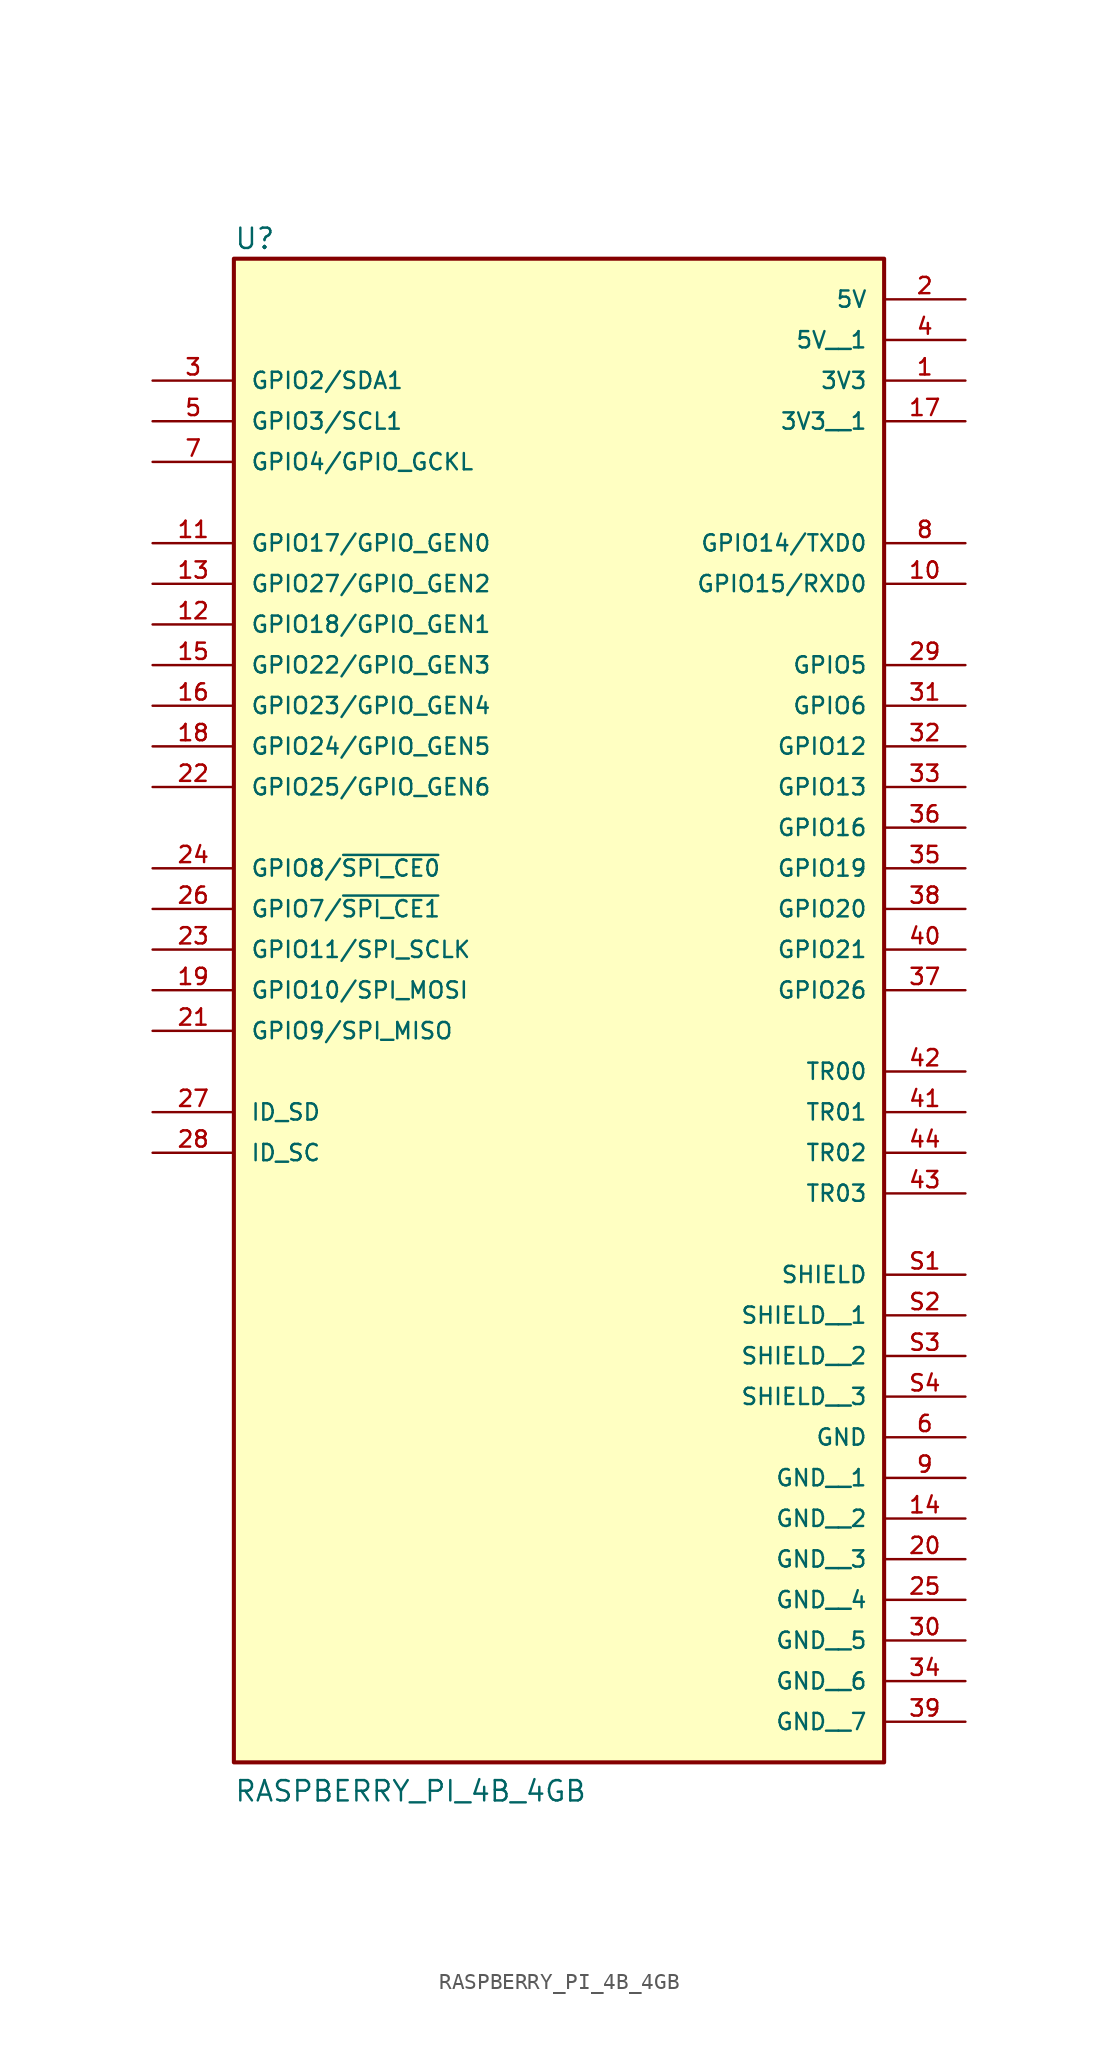
<source format=kicad_sym>
(kicad_symbol_lib
  (version 20211014)
  (generator kicad_symbol_editor)
  (symbol "RASPBERRY_PI_4B_4GB"
    (pin_names
      (offset 1.016))
    (property "Reference" "U"
      (at -20.32 33.528 0)
      (effects (font (size 1.27 1.27)) (justify bottom left)))
    (property "Value" "RASPBERRY_PI_4B_4GB"
      (at -20.32 -63.5 0)
      (effects (font (size 1.27 1.27)) (justify bottom left)))
    (symbol "RASPBERRY_PI_4B_4GB_0_0"
      (rectangle (start -20.32 -60.96) (end 20.32 33.02) (stroke (width 0.254)) (fill (type background)))
      (pin power_in line (at 25.4 30.48 180.0) (length 5.08) (name "5V" (effects (font (size 1.016 1.016)))) (number "2" (effects (font (size 1.016 1.016)))))
      (pin power_in line (at 25.4 25.4 180.0) (length 5.08) (name "3V3" (effects (font (size 1.016 1.016)))) (number "1" (effects (font (size 1.016 1.016)))))
      (pin bidirectional line (at -25.4 25.4 0) (length 5.08) (name "GPIO2/SDA1" (effects (font (size 1.016 1.016)))) (number "3" (effects (font (size 1.016 1.016)))))
      (pin bidirectional line (at -25.4 22.86 0) (length 5.08) (name "GPIO3/SCL1" (effects (font (size 1.016 1.016)))) (number "5" (effects (font (size 1.016 1.016)))))
      (pin bidirectional line (at -25.4 20.32 0) (length 5.08) (name "GPIO4/GPIO_GCKL" (effects (font (size 1.016 1.016)))) (number "7" (effects (font (size 1.016 1.016)))))
      (pin bidirectional line (at 25.4 15.24 180.0) (length 5.08) (name "GPIO14/TXD0" (effects (font (size 1.016 1.016)))) (number "8" (effects (font (size 1.016 1.016)))))
      (pin power_in line (at 25.4 -40.64 180.0) (length 5.08) (name "GND" (effects (font (size 1.016 1.016)))) (number "6" (effects (font (size 1.016 1.016)))))
      (pin bidirectional line (at 25.4 12.7 180.0) (length 5.08) (name "GPIO15/RXD0" (effects (font (size 1.016 1.016)))) (number "10" (effects (font (size 1.016 1.016)))))
      (pin bidirectional line (at -25.4 15.24 0) (length 5.08) (name "GPIO17/GPIO_GEN0" (effects (font (size 1.016 1.016)))) (number "11" (effects (font (size 1.016 1.016)))))
      (pin bidirectional line (at -25.4 10.16 0) (length 5.08) (name "GPIO18/GPIO_GEN1" (effects (font (size 1.016 1.016)))) (number "12" (effects (font (size 1.016 1.016)))))
      (pin bidirectional line (at -25.4 12.7 0) (length 5.08) (name "GPIO27/GPIO_GEN2" (effects (font (size 1.016 1.016)))) (number "13" (effects (font (size 1.016 1.016)))))
      (pin bidirectional line (at -25.4 7.62 0) (length 5.08) (name "GPIO22/GPIO_GEN3" (effects (font (size 1.016 1.016)))) (number "15" (effects (font (size 1.016 1.016)))))
      (pin bidirectional line (at -25.4 5.08 0) (length 5.08) (name "GPIO23/GPIO_GEN4" (effects (font (size 1.016 1.016)))) (number "16" (effects (font (size 1.016 1.016)))))
      (pin bidirectional line (at -25.4 2.54 0) (length 5.08) (name "GPIO24/GPIO_GEN5" (effects (font (size 1.016 1.016)))) (number "18" (effects (font (size 1.016 1.016)))))
      (pin bidirectional line (at -25.4 -12.7 0) (length 5.08) (name "GPIO10/SPI_MOSI" (effects (font (size 1.016 1.016)))) (number "19" (effects (font (size 1.016 1.016)))))
      (pin bidirectional line (at -25.4 -15.24 0) (length 5.08) (name "GPIO9/SPI_MISO" (effects (font (size 1.016 1.016)))) (number "21" (effects (font (size 1.016 1.016)))))
      (pin bidirectional line (at -25.4 0.0 0) (length 5.08) (name "GPIO25/GPIO_GEN6" (effects (font (size 1.016 1.016)))) (number "22" (effects (font (size 1.016 1.016)))))
      (pin bidirectional line (at -25.4 -10.16 0) (length 5.08) (name "GPIO11/SPI_SCLK" (effects (font (size 1.016 1.016)))) (number "23" (effects (font (size 1.016 1.016)))))
      (pin bidirectional line (at -25.4 -5.08 0) (length 5.08) (name "GPIO8/~{SPI_CE0}" (effects (font (size 1.016 1.016)))) (number "24" (effects (font (size 1.016 1.016)))))
      (pin bidirectional line (at -25.4 -7.62 0) (length 5.08) (name "GPIO7/~{SPI_CE1}" (effects (font (size 1.016 1.016)))) (number "26" (effects (font (size 1.016 1.016)))))
      (pin bidirectional line (at -25.4 -20.32 0) (length 5.08) (name "ID_SD" (effects (font (size 1.016 1.016)))) (number "27" (effects (font (size 1.016 1.016)))))
      (pin bidirectional line (at -25.4 -22.86 0) (length 5.08) (name "ID_SC" (effects (font (size 1.016 1.016)))) (number "28" (effects (font (size 1.016 1.016)))))
      (pin bidirectional line (at 25.4 7.62 180.0) (length 5.08) (name "GPIO5" (effects (font (size 1.016 1.016)))) (number "29" (effects (font (size 1.016 1.016)))))
      (pin bidirectional line (at 25.4 5.08 180.0) (length 5.08) (name "GPIO6" (effects (font (size 1.016 1.016)))) (number "31" (effects (font (size 1.016 1.016)))))
      (pin bidirectional line (at 25.4 2.54 180.0) (length 5.08) (name "GPIO12" (effects (font (size 1.016 1.016)))) (number "32" (effects (font (size 1.016 1.016)))))
      (pin bidirectional line (at 25.4 0.0 180.0) (length 5.08) (name "GPIO13" (effects (font (size 1.016 1.016)))) (number "33" (effects (font (size 1.016 1.016)))))
      (pin bidirectional line (at 25.4 -5.08 180.0) (length 5.08) (name "GPIO19" (effects (font (size 1.016 1.016)))) (number "35" (effects (font (size 1.016 1.016)))))
      (pin bidirectional line (at 25.4 -2.54 180.0) (length 5.08) (name "GPIO16" (effects (font (size 1.016 1.016)))) (number "36" (effects (font (size 1.016 1.016)))))
      (pin bidirectional line (at 25.4 -12.7 180.0) (length 5.08) (name "GPIO26" (effects (font (size 1.016 1.016)))) (number "37" (effects (font (size 1.016 1.016)))))
      (pin bidirectional line (at 25.4 -7.62 180.0) (length 5.08) (name "GPIO20" (effects (font (size 1.016 1.016)))) (number "38" (effects (font (size 1.016 1.016)))))
      (pin bidirectional line (at 25.4 -10.16 180.0) (length 5.08) (name "GPIO21" (effects (font (size 1.016 1.016)))) (number "40" (effects (font (size 1.016 1.016)))))
      (pin power_in line (at 25.4 -30.48 180.0) (length 5.08) (name "SHIELD" (effects (font (size 1.016 1.016)))) (number "S1" (effects (font (size 1.016 1.016)))))
      (pin bidirectional line (at 25.4 -22.86 180.0) (length 5.08) (name "TR02" (effects (font (size 1.016 1.016)))) (number "44" (effects (font (size 1.016 1.016)))))
      (pin bidirectional line (at 25.4 -20.32 180.0) (length 5.08) (name "TR01" (effects (font (size 1.016 1.016)))) (number "41" (effects (font (size 1.016 1.016)))))
      (pin bidirectional line (at 25.4 -17.78 180.0) (length 5.08) (name "TR00" (effects (font (size 1.016 1.016)))) (number "42" (effects (font (size 1.016 1.016)))))
      (pin bidirectional line (at 25.4 -25.4 180.0) (length 5.08) (name "TR03" (effects (font (size 1.016 1.016)))) (number "43" (effects (font (size 1.016 1.016)))))
      (pin power_in line (at 25.4 27.94 180.0) (length 5.08) (name "5V__1" (effects (font (size 1.016 1.016)))) (number "4" (effects (font (size 1.016 1.016)))))
      (pin power_in line (at 25.4 22.86 180.0) (length 5.08) (name "3V3__1" (effects (font (size 1.016 1.016)))) (number "17" (effects (font (size 1.016 1.016)))))
      (pin power_in line (at 25.4 -33.02 180.0) (length 5.08) (name "SHIELD__1" (effects (font (size 1.016 1.016)))) (number "S2" (effects (font (size 1.016 1.016)))))
      (pin power_in line (at 25.4 -35.56 180.0) (length 5.08) (name "SHIELD__2" (effects (font (size 1.016 1.016)))) (number "S3" (effects (font (size 1.016 1.016)))))
      (pin power_in line (at 25.4 -38.1 180.0) (length 5.08) (name "SHIELD__3" (effects (font (size 1.016 1.016)))) (number "S4" (effects (font (size 1.016 1.016)))))
      (pin power_in line (at 25.4 -43.18 180.0) (length 5.08) (name "GND__1" (effects (font (size 1.016 1.016)))) (number "9" (effects (font (size 1.016 1.016)))))
      (pin power_in line (at 25.4 -45.72 180.0) (length 5.08) (name "GND__2" (effects (font (size 1.016 1.016)))) (number "14" (effects (font (size 1.016 1.016)))))
      (pin power_in line (at 25.4 -48.26 180.0) (length 5.08) (name "GND__3" (effects (font (size 1.016 1.016)))) (number "20" (effects (font (size 1.016 1.016)))))
      (pin power_in line (at 25.4 -50.8 180.0) (length 5.08) (name "GND__4" (effects (font (size 1.016 1.016)))) (number "25" (effects (font (size 1.016 1.016)))))
      (pin power_in line (at 25.4 -53.34 180.0) (length 5.08) (name "GND__5" (effects (font (size 1.016 1.016)))) (number "30" (effects (font (size 1.016 1.016)))))
      (pin power_in line (at 25.4 -55.88 180.0) (length 5.08) (name "GND__6" (effects (font (size 1.016 1.016)))) (number "34" (effects (font (size 1.016 1.016)))))
      (pin power_in line (at 25.4 -58.42 180.0) (length 5.08) (name "GND__7" (effects (font (size 1.016 1.016)))) (number "39" (effects (font (size 1.016 1.016))))))))
</source>
